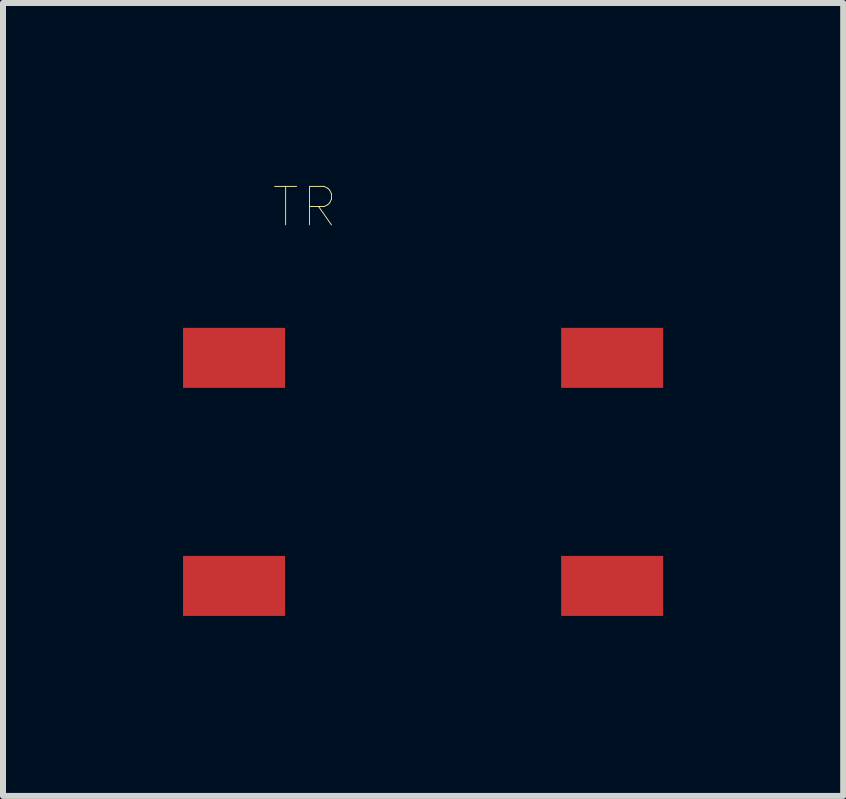
<source format=kicad_pcb>
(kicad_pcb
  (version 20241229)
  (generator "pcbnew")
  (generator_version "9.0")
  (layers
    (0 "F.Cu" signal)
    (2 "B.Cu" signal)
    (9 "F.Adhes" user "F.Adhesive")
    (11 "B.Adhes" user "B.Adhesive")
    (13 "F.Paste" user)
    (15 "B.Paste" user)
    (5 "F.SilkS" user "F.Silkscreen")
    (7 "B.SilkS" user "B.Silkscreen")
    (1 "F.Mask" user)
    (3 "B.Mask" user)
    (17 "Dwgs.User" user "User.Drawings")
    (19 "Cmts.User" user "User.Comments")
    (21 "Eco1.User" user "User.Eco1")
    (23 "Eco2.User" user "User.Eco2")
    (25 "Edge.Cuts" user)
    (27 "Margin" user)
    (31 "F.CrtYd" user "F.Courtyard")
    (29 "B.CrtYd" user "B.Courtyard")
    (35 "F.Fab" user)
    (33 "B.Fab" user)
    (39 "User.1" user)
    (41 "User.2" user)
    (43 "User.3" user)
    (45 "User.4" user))
  (footprint "TR"
    (layer "F.Cu")
    (at 4 4.813)
    (property "Reference" "TR" (at -1.97 -4.412 0) (layer "F.SilkS") (effects (font (size 0.641 0.641) (thickness 0.015))))
    (attr through_hole)
    (pad "1" smd rect (at -3.15 1.9) (size 1.7 1) (layers "F.Cu" "F.Mask" "F.Paste"))
    (pad "2" smd rect (at 3.15 1.9) (size 1.7 1) (layers "F.Cu" "F.Mask" "F.Paste"))
    (pad "3" smd rect (at -3.15 -1.9) (size 1.7 1) (layers "F.Cu" "F.Mask" "F.Paste"))
    (pad "4" smd rect (at 3.15 -1.9) (size 1.7 1) (layers "F.Cu" "F.Mask" "F.Paste")))
  (gr_rect
    (start -3 -3)
    (end 11 10.213)
    (stroke (width 0.1) (type default))
    (fill no)
    (layer "Edge.Cuts")))
</source>
